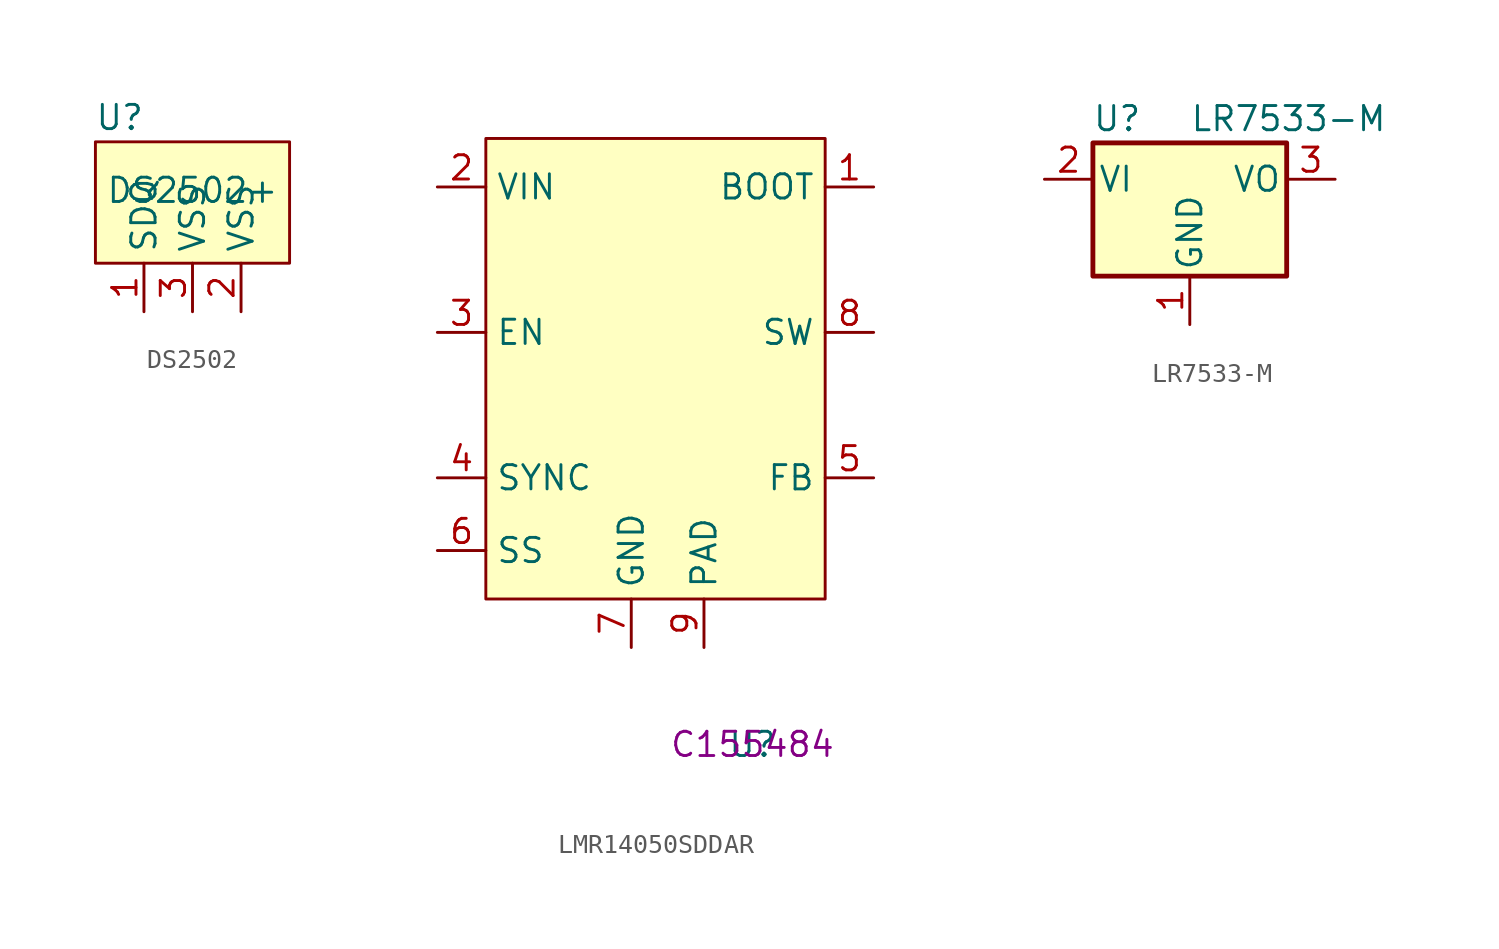
<source format=kicad_sym>
(kicad_symbol_lib
  (version 20220914)
  (generator kicad_symbol_editor)
  (symbol "DS2502"
    (property "Reference" "U"
      (at -3.81 3.81 0)
      (effects (font (size 1.27 1.27))))
    (property "Value" "DS2502+"
      (at 0 0 0)
      (effects (font (size 1.27 1.27))))
    (symbol "DS2502_1_1"
      (rectangle (start -5.08 2.54) (end 5.08 -3.81) (stroke (width 0) (type default)) (fill (type background)))
      (pin input line (at -2.54 -6.35 90) (length 2.54) (name "SDQ" (effects (font (size 1.27 1.27)))) (number "1" (effects (font (size 1.27 1.27)))))
      (pin input line (at 2.54 -6.35 90) (length 2.54) (name "VSS" (effects (font (size 1.27 1.27)))) (number "2" (effects (font (size 1.27 1.27)))))
      (pin input line (at 0 -6.35 90) (length 2.54) (name "VSS" (effects (font (size 1.27 1.27)))) (number "3" (effects (font (size 1.27 1.27)))))))
  (symbol "LMR14050SDDAR"
    (property "Reference" "U"
      (at 5.08 -19.05 0)
      (effects (font (size 1.27 1.27))))
    (property "Value" ""
      (at 2.54 -12.7 0)
      (effects (font (size 1.27 1.27))))
    (property "LCSC" "C155484"
      (at 5.08 -19.05 0)
      (effects (font (size 1.27 1.27))))
    (symbol "LMR14050SDDAR_0_0"
      (pin output line (at 11.43 10.16 180) (length 2.54) (name "BOOT" (effects (font (size 1.27 1.27)))) (number "1" (effects (font (size 1.27 1.27)))))
      (pin input line (at -11.43 10.16 0) (length 2.54) (name "VIN" (effects (font (size 1.27 1.27)))) (number "2" (effects (font (size 1.27 1.27)))))
      (pin input line (at -11.43 2.54 0) (length 2.54) (name "EN" (effects (font (size 1.27 1.27)))) (number "3" (effects (font (size 1.27 1.27)))))
      (pin input line (at -11.43 -5.08 0) (length 2.54) (name "SYNC" (effects (font (size 1.27 1.27)))) (number "4" (effects (font (size 1.27 1.27)))))
      (pin input line (at 11.43 -5.08 180) (length 2.54) (name "FB" (effects (font (size 1.27 1.27)))) (number "5" (effects (font (size 1.27 1.27)))))
      (pin output line (at -11.43 -8.89 0) (length 2.54) (name "SS" (effects (font (size 1.27 1.27)))) (number "6" (effects (font (size 1.27 1.27)))))
      (pin output line (at 11.43 2.54 180) (length 2.54) (name "SW" (effects (font (size 1.27 1.27)))) (number "8" (effects (font (size 1.27 1.27)))))
      (pin passive line (at 2.54 -13.97 90) (length 2.54) (name "PAD" (effects (font (size 1.27 1.27)))) (number "9" (effects (font (size 1.27 1.27))))))
    (symbol "LMR14050SDDAR_1_0"
      (pin passive line (at -1.27 -13.97 90) (length 2.54) (name "GND" (effects (font (size 1.27 1.27)))) (number "7" (effects (font (size 1.27 1.27))))))
    (symbol "LMR14050SDDAR_1_1"
      (rectangle (start -8.89 12.7) (end 8.89 -11.43) (stroke (width 0) (type default)) (fill (type background)))))
  (symbol "LR7533-M"
    (pin_names
      (offset 0.254))
    (property "Reference" "U"
      (at -3.81 3.175 0)
      (effects (font (size 1.27 1.27))))
    (property "Value" "LR7533-M"
      (at 0 3.175 0)
      (effects (font (size 1.27 1.27)) (justify left)))
    (symbol "LR7533-M_0_1"
      (rectangle (start -5.08 1.905) (end 5.08 -5.08) (stroke (width 0.254) (type default)) (fill (type background))))
    (symbol "LR7533-M_1_1"
      (pin power_in line (at 0 -7.62 90) (length 2.54) (name "GND" (effects (font (size 1.27 1.27)))) (number "1" (effects (font (size 1.27 1.27)))))
      (pin power_in line (at -7.62 0 0) (length 2.54) (name "VI" (effects (font (size 1.27 1.27)))) (number "2" (effects (font (size 1.27 1.27)))))
      (pin power_out line (at 7.62 0 180) (length 2.54) (name "VO" (effects (font (size 1.27 1.27)))) (number "3" (effects (font (size 1.27 1.27))))))))
</source>
